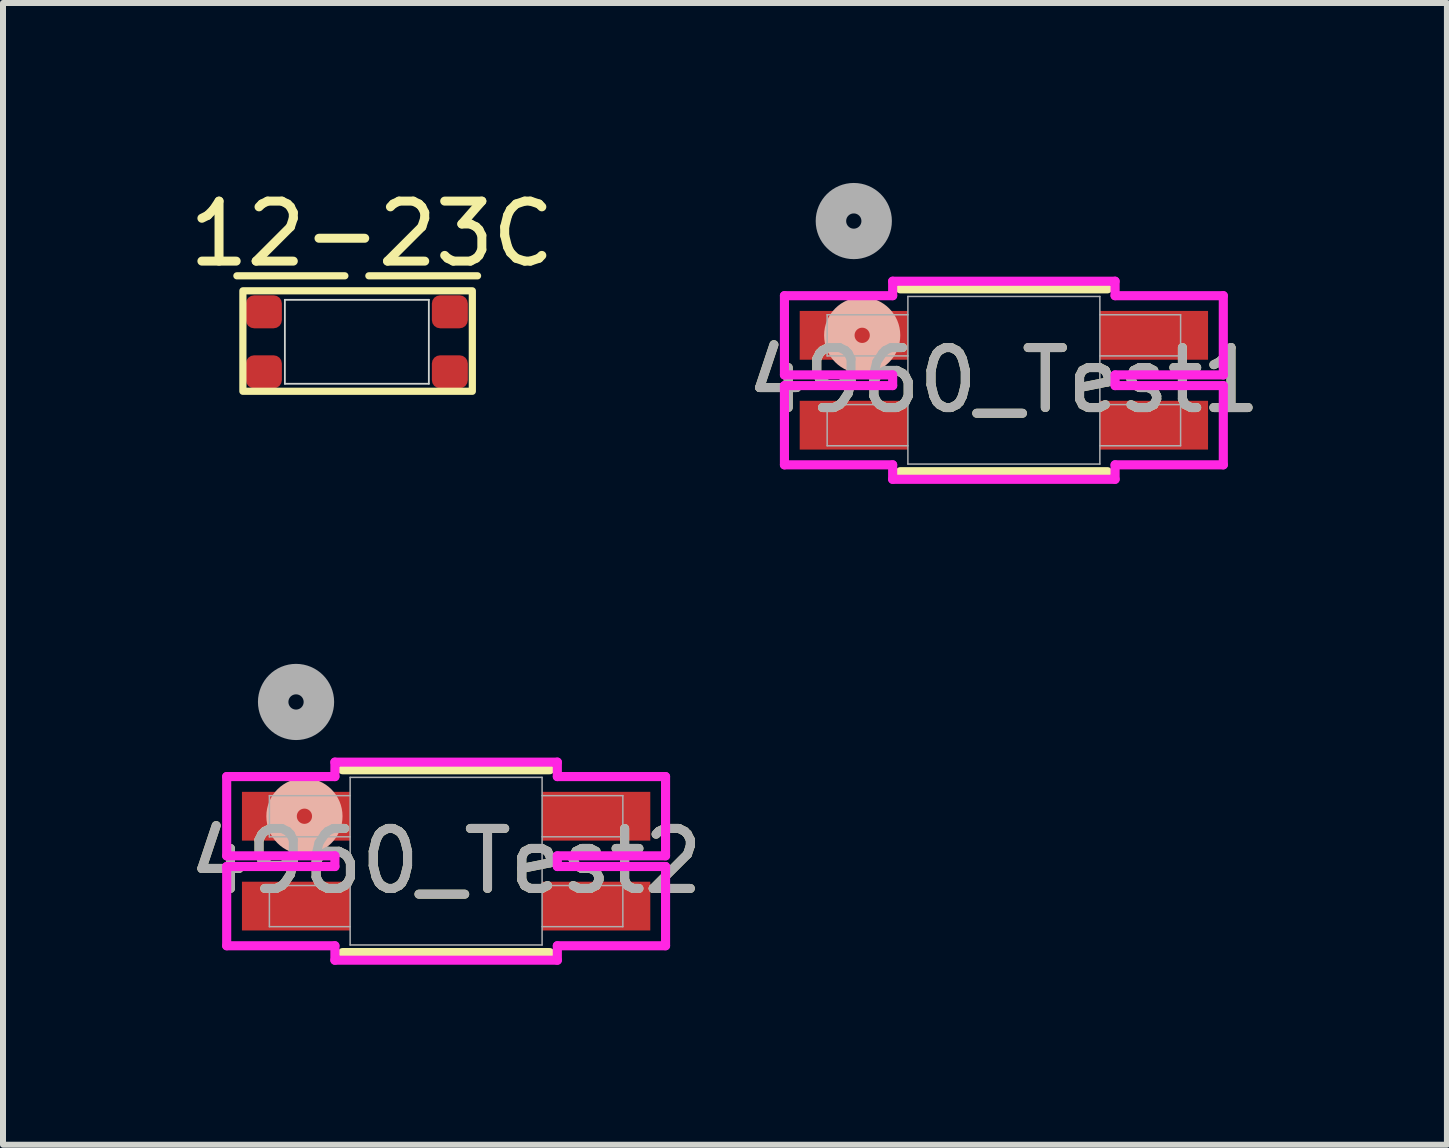
<source format=kicad_pcb>
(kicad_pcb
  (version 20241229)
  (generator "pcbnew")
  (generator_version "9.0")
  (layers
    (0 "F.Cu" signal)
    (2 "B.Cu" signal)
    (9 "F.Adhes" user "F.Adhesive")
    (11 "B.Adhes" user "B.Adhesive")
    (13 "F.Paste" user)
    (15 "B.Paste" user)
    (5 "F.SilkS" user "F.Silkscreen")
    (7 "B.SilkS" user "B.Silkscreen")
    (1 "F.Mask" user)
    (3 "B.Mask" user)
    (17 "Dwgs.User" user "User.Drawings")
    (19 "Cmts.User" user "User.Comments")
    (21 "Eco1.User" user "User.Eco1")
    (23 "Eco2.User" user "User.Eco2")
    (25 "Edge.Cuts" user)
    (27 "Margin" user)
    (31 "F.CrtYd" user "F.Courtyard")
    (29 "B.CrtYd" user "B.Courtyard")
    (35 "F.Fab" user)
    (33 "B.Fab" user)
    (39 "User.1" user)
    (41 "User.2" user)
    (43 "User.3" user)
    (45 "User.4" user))
  (footprint "12-23C"
    (layer "F.Cu")
    (at 1.549 3.098)
    (property "Reference" "12-23C" (at 1.6 -2.25 0) (unlocked yes) (layer "F.SilkS") (effects (font (size 1 1) (thickness 0.15))))
    (attr smd)
    (fp_line (start -0.65 -1.55) (end 1.15 -1.55) (stroke (width 0.12) (type default)) (layer "F.SilkS"))
    (fp_line (start 1.55 -1.55) (end 3.362 -1.55) (stroke (width 0.12) (type default)) (layer "F.SilkS"))
    (fp_rect (start -0.55 -1.3) (end 3.275 0.375) (stroke (width 0.12) (type solid)) (fill no) (layer "F.SilkS"))
    (fp_line (start 0.15 -1.15) (end 0.15 0.25) (stroke (width 0.03) (type solid)) (layer "Edge.Cuts"))
    (fp_line (start 0.15 -1.15) (end 2.55 -1.15) (stroke (width 0.03) (type solid)) (layer "Edge.Cuts"))
    (fp_line (start 0.15 0.25) (end 2.55 0.25) (stroke (width 0.03) (type solid)) (layer "Edge.Cuts"))
    (fp_line (start 2.55 -1.15) (end 2.55 0.25) (stroke (width 0.03) (type solid)) (layer "Edge.Cuts"))
    (pad "1" smd roundrect (at -0.2 0.05) (size 0.6 0.55) (layers "F.Cu" "F.Mask" "F.Paste") (roundrect_rratio 0.25))
    (pad "2" smd roundrect (at -0.2 -0.95) (size 0.6 0.55) (layers "F.Cu" "F.Mask" "F.Paste") (roundrect_rratio 0.25))
    (pad "3" smd roundrect (at 2.9 -0.95) (size 0.6 0.55) (layers "F.Cu" "F.Mask" "F.Paste") (roundrect_rratio 0.25))
    (pad "4" smd roundrect (at 2.9 0.05) (size 0.6 0.55) (layers "F.Cu" "F.Mask" "F.Paste") (roundrect_rratio 0.25)))
  (footprint "4960_Test1"
    (layer "F.Cu")
    (at 13.685 3.289)
    (property "Reference" "4960_Test1" (at 0 0 0) (unlocked yes) (layer "F.SilkS") (effects (font (size 1 1) (thickness 0.15))))
    (attr smd)
    (fp_rect (start -1.55 -1.35) (end 1.55 1.35) (stroke (width 0.12) (type solid)) (fill yes) (layer "F.Mask"))
    (fp_rect (start -1.55 -1.35) (end 1.55 1.35) (stroke (width 0.12) (type solid)) (fill yes) (layer "B.Mask"))
    (fp_rect (start -1.55 -1.35) (end 1.55 1.35) (stroke (width 0.12) (type solid)) (fill yes) (layer "B.Mask"))
    (fp_rect (start -1.55 -1.35) (end 1.55 1.35) (stroke (width 0.12) (type solid)) (fill yes) (layer "B.Mask"))
    (fp_line (start -1.727 -1.524) (end 1.727 -1.524) (stroke (width 0.152) (type solid)) (layer "F.SilkS"))
    (fp_line (start 1.727 1.524) (end -1.727 1.524) (stroke (width 0.152) (type solid)) (layer "F.SilkS"))
    (fp_circle (center -2.362 -0.749) (end -1.981 -0.749) (stroke (width 0.508) (type solid)) (fill no) (layer "B.SilkS"))
    (fp_line (start -3.658 -1.41) (end -3.658 -0.089) (stroke (width 0.152) (type solid)) (layer "F.CrtYd"))
    (fp_line (start -3.658 -0.089) (end -1.854 -0.089) (stroke (width 0.152) (type solid)) (layer "F.CrtYd"))
    (fp_line (start -3.658 0.089) (end -3.658 1.41) (stroke (width 0.152) (type solid)) (layer "F.CrtYd"))
    (fp_line (start -3.658 1.41) (end -1.854 1.41) (stroke (width 0.152) (type solid)) (layer "F.CrtYd"))
    (fp_line (start -1.854 -1.651) (end -1.854 -1.41) (stroke (width 0.152) (type solid)) (layer "F.CrtYd"))
    (fp_line (start -1.854 -1.41) (end -3.658 -1.41) (stroke (width 0.152) (type solid)) (layer "F.CrtYd"))
    (fp_line (start -1.854 -0.089) (end -1.854 0.089) (stroke (width 0.152) (type solid)) (layer "F.CrtYd"))
    (fp_line (start -1.854 0.089) (end -3.658 0.089) (stroke (width 0.152) (type solid)) (layer "F.CrtYd"))
    (fp_line (start -1.854 1.41) (end -1.854 1.651) (stroke (width 0.152) (type solid)) (layer "F.CrtYd"))
    (fp_line (start -1.854 1.651) (end 1.854 1.651) (stroke (width 0.152) (type solid)) (layer "F.CrtYd"))
    (fp_line (start 1.854 -1.651) (end -1.854 -1.651) (stroke (width 0.152) (type solid)) (layer "F.CrtYd"))
    (fp_line (start 1.854 -1.41) (end 1.854 -1.651) (stroke (width 0.152) (type solid)) (layer "F.CrtYd"))
    (fp_line (start 1.854 -0.089) (end 3.658 -0.089) (stroke (width 0.152) (type solid)) (layer "F.CrtYd"))
    (fp_line (start 1.854 0.089) (end 1.854 -0.089) (stroke (width 0.152) (type solid)) (layer "F.CrtYd"))
    (fp_line (start 1.854 1.41) (end 3.658 1.41) (stroke (width 0.152) (type solid)) (layer "F.CrtYd"))
    (fp_line (start 1.854 1.651) (end 1.854 1.41) (stroke (width 0.152) (type solid)) (layer "F.CrtYd"))
    (fp_line (start 3.658 -1.41) (end 1.854 -1.41) (stroke (width 0.152) (type solid)) (layer "F.CrtYd"))
    (fp_line (start 3.658 -0.089) (end 3.658 -1.41) (stroke (width 0.152) (type solid)) (layer "F.CrtYd"))
    (fp_line (start 3.658 0.089) (end 1.854 0.089) (stroke (width 0.152) (type solid)) (layer "F.CrtYd"))
    (fp_line (start 3.658 1.41) (end 3.658 0.089) (stroke (width 0.152) (type solid)) (layer "F.CrtYd"))
    (fp_line (start -2.946 -1.092) (end -2.946 -0.406) (stroke (width 0.025) (type solid)) (layer "F.Fab"))
    (fp_line (start -2.946 -0.406) (end -1.6 -0.406) (stroke (width 0.025) (type solid)) (layer "F.Fab"))
    (fp_line (start -2.946 0.406) (end -2.946 1.092) (stroke (width 0.025) (type solid)) (layer "F.Fab"))
    (fp_line (start -2.946 1.092) (end -1.6 1.092) (stroke (width 0.025) (type solid)) (layer "F.Fab"))
    (fp_line (start -1.6 -1.397) (end -1.6 1.397) (stroke (width 0.025) (type solid)) (layer "F.Fab"))
    (fp_line (start -1.6 -1.092) (end -2.946 -1.092) (stroke (width 0.025) (type solid)) (layer "F.Fab"))
    (fp_line (start -1.6 0.406) (end -2.946 0.406) (stroke (width 0.025) (type solid)) (layer "F.Fab"))
    (fp_line (start -1.6 1.397) (end 1.6 1.397) (stroke (width 0.025) (type solid)) (layer "F.Fab"))
    (fp_line (start 1.6 -1.397) (end -1.6 -1.397) (stroke (width 0.025) (type solid)) (layer "F.Fab"))
    (fp_line (start 1.6 -0.406) (end 2.946 -0.406) (stroke (width 0.025) (type solid)) (layer "F.Fab"))
    (fp_line (start 1.6 1.092) (end 2.946 1.092) (stroke (width 0.025) (type solid)) (layer "F.Fab"))
    (fp_line (start 1.6 1.397) (end 1.6 -1.397) (stroke (width 0.025) (type solid)) (layer "F.Fab"))
    (fp_line (start 2.946 -1.092) (end 1.6 -1.092) (stroke (width 0.025) (type solid)) (layer "F.Fab"))
    (fp_line (start 2.946 -0.406) (end 2.946 -1.092) (stroke (width 0.025) (type solid)) (layer "F.Fab"))
    (fp_line (start 2.946 0.406) (end 1.6 0.406) (stroke (width 0.025) (type solid)) (layer "F.Fab"))
    (fp_line (start 2.946 1.092) (end 2.946 0.406) (stroke (width 0.025) (type solid)) (layer "F.Fab"))
    (fp_circle (center -2.502 -2.654) (end -2.121 -2.654) (stroke (width 0.508) (type solid)) (fill no) (layer "F.Fab"))
    (fp_text user "${REFERENCE}" (at 0 0 0) (unlocked yes) (layer "F.Fab") (effects (font (size 1 1) (thickness 0.15))))
    (pad "1" smd rect (at -2.502 -0.749) (size 1.803 0.813) (layers "F.Cu" "F.Mask" "F.Paste"))
    (pad "2" smd rect (at -2.502 0.749) (size 1.803 0.813) (layers "F.Cu" "F.Mask" "F.Paste"))
    (pad "3" smd rect (at 2.502 0.749) (size 1.803 0.813) (layers "F.Cu" "F.Mask" "F.Paste"))
    (pad "4" smd rect (at 2.502 -0.749) (size 1.803 0.813) (layers "F.Cu" "F.Mask" "F.Paste"))
    (zone (net_name "") (layers "F.Cu" "B.Cu") (hatch edge 0.508) (connect_pads) (min_thickness 0.254) (filled_areas_thickness no) (keepout (tracks not_allowed) (vias not_allowed) (pads not_allowed) (copperpour not_allowed) (footprints allowed)) (placement (enabled no)) (fill) (polygon (pts (xy 15.285 4.689) (xy 12.085 4.689) (xy 12.085 1.889) (xy 15.285 1.889)))))
  (footprint "4960_Test2"
    (layer "F.Cu")
    (at 4.387 11.306)
    (property "Reference" "4960_Test2" (at 0 0 0) (unlocked yes) (layer "F.SilkS") (effects (font (size 1 1) (thickness 0.15))))
    (attr smd)
    (fp_rect (start -1.54 -1.34) (end 1.56 1.36) (stroke (width 0.12) (type solid)) (fill yes) (layer "F.Mask"))
    (fp_line (start -1.727 -1.524) (end 1.727 -1.524) (stroke (width 0.152) (type solid)) (layer "F.SilkS"))
    (fp_line (start 1.727 1.524) (end -1.727 1.524) (stroke (width 0.152) (type solid)) (layer "F.SilkS"))
    (fp_circle (center -2.362 -0.749) (end -1.981 -0.749) (stroke (width 0.508) (type solid)) (fill no) (layer "B.SilkS"))
    (fp_line (start -3.658 -1.41) (end -3.658 -0.089) (stroke (width 0.152) (type solid)) (layer "F.CrtYd"))
    (fp_line (start -3.658 -0.089) (end -1.854 -0.089) (stroke (width 0.152) (type solid)) (layer "F.CrtYd"))
    (fp_line (start -3.658 0.089) (end -3.658 1.41) (stroke (width 0.152) (type solid)) (layer "F.CrtYd"))
    (fp_line (start -3.658 1.41) (end -1.854 1.41) (stroke (width 0.152) (type solid)) (layer "F.CrtYd"))
    (fp_line (start -1.854 -1.651) (end -1.854 -1.41) (stroke (width 0.152) (type solid)) (layer "F.CrtYd"))
    (fp_line (start -1.854 -1.41) (end -3.658 -1.41) (stroke (width 0.152) (type solid)) (layer "F.CrtYd"))
    (fp_line (start -1.854 -0.089) (end -1.854 0.089) (stroke (width 0.152) (type solid)) (layer "F.CrtYd"))
    (fp_line (start -1.854 0.089) (end -3.658 0.089) (stroke (width 0.152) (type solid)) (layer "F.CrtYd"))
    (fp_line (start -1.854 1.41) (end -1.854 1.651) (stroke (width 0.152) (type solid)) (layer "F.CrtYd"))
    (fp_line (start -1.854 1.651) (end 1.854 1.651) (stroke (width 0.152) (type solid)) (layer "F.CrtYd"))
    (fp_line (start 1.854 -1.651) (end -1.854 -1.651) (stroke (width 0.152) (type solid)) (layer "F.CrtYd"))
    (fp_line (start 1.854 -1.41) (end 1.854 -1.651) (stroke (width 0.152) (type solid)) (layer "F.CrtYd"))
    (fp_line (start 1.854 -0.089) (end 3.658 -0.089) (stroke (width 0.152) (type solid)) (layer "F.CrtYd"))
    (fp_line (start 1.854 0.089) (end 1.854 -0.089) (stroke (width 0.152) (type solid)) (layer "F.CrtYd"))
    (fp_line (start 1.854 1.41) (end 3.658 1.41) (stroke (width 0.152) (type solid)) (layer "F.CrtYd"))
    (fp_line (start 1.854 1.651) (end 1.854 1.41) (stroke (width 0.152) (type solid)) (layer "F.CrtYd"))
    (fp_line (start 3.658 -1.41) (end 1.854 -1.41) (stroke (width 0.152) (type solid)) (layer "F.CrtYd"))
    (fp_line (start 3.658 -0.089) (end 3.658 -1.41) (stroke (width 0.152) (type solid)) (layer "F.CrtYd"))
    (fp_line (start 3.658 0.089) (end 1.854 0.089) (stroke (width 0.152) (type solid)) (layer "F.CrtYd"))
    (fp_line (start 3.658 1.41) (end 3.658 0.089) (stroke (width 0.152) (type solid)) (layer "F.CrtYd"))
    (fp_line (start -2.946 -1.092) (end -2.946 -0.406) (stroke (width 0.025) (type solid)) (layer "F.Fab"))
    (fp_line (start -2.946 -0.406) (end -1.6 -0.406) (stroke (width 0.025) (type solid)) (layer "F.Fab"))
    (fp_line (start -2.946 0.406) (end -2.946 1.092) (stroke (width 0.025) (type solid)) (layer "F.Fab"))
    (fp_line (start -2.946 1.092) (end -1.6 1.092) (stroke (width 0.025) (type solid)) (layer "F.Fab"))
    (fp_line (start -1.6 -1.397) (end -1.6 1.397) (stroke (width 0.025) (type solid)) (layer "F.Fab"))
    (fp_line (start -1.6 -1.092) (end -2.946 -1.092) (stroke (width 0.025) (type solid)) (layer "F.Fab"))
    (fp_line (start -1.6 0.406) (end -2.946 0.406) (stroke (width 0.025) (type solid)) (layer "F.Fab"))
    (fp_line (start -1.6 1.397) (end 1.6 1.397) (stroke (width 0.025) (type solid)) (layer "F.Fab"))
    (fp_line (start 1.6 -1.397) (end -1.6 -1.397) (stroke (width 0.025) (type solid)) (layer "F.Fab"))
    (fp_line (start 1.6 -0.406) (end 2.946 -0.406) (stroke (width 0.025) (type solid)) (layer "F.Fab"))
    (fp_line (start 1.6 1.092) (end 2.946 1.092) (stroke (width 0.025) (type solid)) (layer "F.Fab"))
    (fp_line (start 1.6 1.397) (end 1.6 -1.397) (stroke (width 0.025) (type solid)) (layer "F.Fab"))
    (fp_line (start 2.946 -1.092) (end 1.6 -1.092) (stroke (width 0.025) (type solid)) (layer "F.Fab"))
    (fp_line (start 2.946 -0.406) (end 2.946 -1.092) (stroke (width 0.025) (type solid)) (layer "F.Fab"))
    (fp_line (start 2.946 0.406) (end 1.6 0.406) (stroke (width 0.025) (type solid)) (layer "F.Fab"))
    (fp_line (start 2.946 1.092) (end 2.946 0.406) (stroke (width 0.025) (type solid)) (layer "F.Fab"))
    (fp_circle (center -2.502 -2.654) (end -2.121 -2.654) (stroke (width 0.508) (type solid)) (fill no) (layer "F.Fab"))
    (fp_text user "${REFERENCE}" (at 0 0 0) (unlocked yes) (layer "F.Fab") (effects (font (size 1 1) (thickness 0.15))))
    (pad "1" smd rect (at -2.502 -0.749) (size 1.803 0.813) (layers "F.Cu" "F.Mask" "F.Paste"))
    (pad "2" smd rect (at -2.502 0.749) (size 1.803 0.813) (layers "F.Cu" "F.Mask" "F.Paste"))
    (pad "3" smd rect (at 2.502 0.749) (size 1.803 0.813) (layers "F.Cu" "F.Mask" "F.Paste"))
    (pad "4" smd rect (at 2.502 -0.749) (size 1.803 0.813) (layers "F.Cu" "F.Mask" "F.Paste"))
    (zone (net_name "") (layers "F.Cu" "B.Cu") (hatch edge 0.508) (connect_pads) (min_thickness 0.254) (filled_areas_thickness no) (keepout (tracks not_allowed) (vias not_allowed) (pads not_allowed) (copperpour not_allowed) (footprints allowed)) (placement (enabled no)) (fill) (polygon (pts (xy 5.987 12.706) (xy 2.787 12.706) (xy 2.787 9.906) (xy 5.987 9.906)))))
  (gr_rect
    (start -3 -3)
    (end 21.071 16.033)
    (stroke (width 0.1) (type default))
    (fill no)
    (layer "Edge.Cuts")))
</source>
